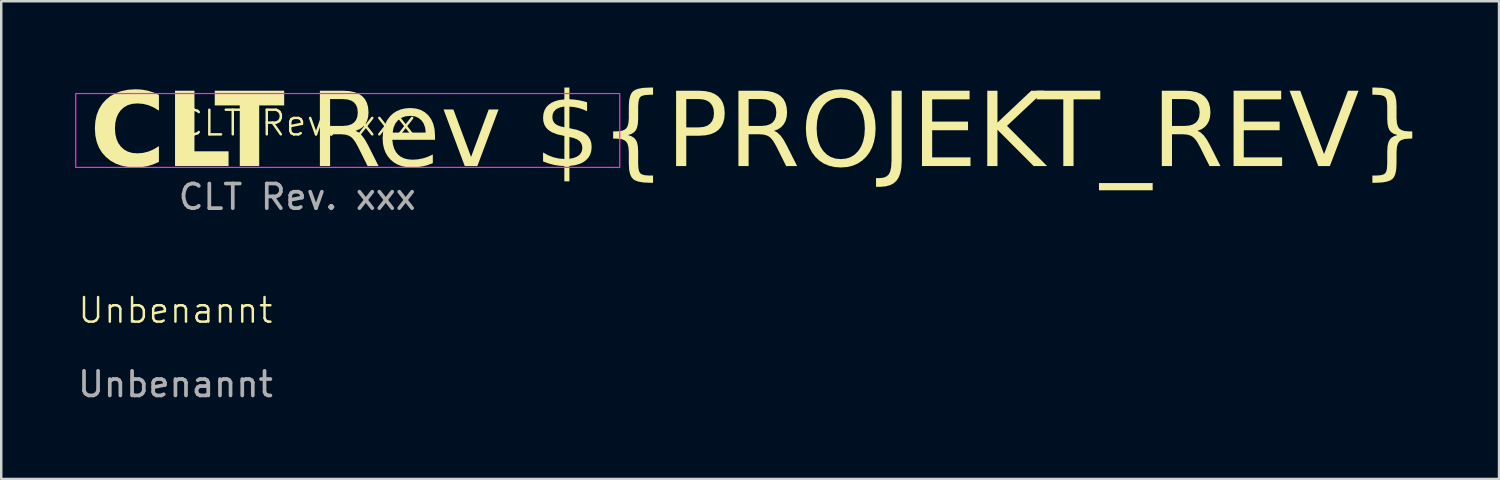
<source format=kicad_pcb>
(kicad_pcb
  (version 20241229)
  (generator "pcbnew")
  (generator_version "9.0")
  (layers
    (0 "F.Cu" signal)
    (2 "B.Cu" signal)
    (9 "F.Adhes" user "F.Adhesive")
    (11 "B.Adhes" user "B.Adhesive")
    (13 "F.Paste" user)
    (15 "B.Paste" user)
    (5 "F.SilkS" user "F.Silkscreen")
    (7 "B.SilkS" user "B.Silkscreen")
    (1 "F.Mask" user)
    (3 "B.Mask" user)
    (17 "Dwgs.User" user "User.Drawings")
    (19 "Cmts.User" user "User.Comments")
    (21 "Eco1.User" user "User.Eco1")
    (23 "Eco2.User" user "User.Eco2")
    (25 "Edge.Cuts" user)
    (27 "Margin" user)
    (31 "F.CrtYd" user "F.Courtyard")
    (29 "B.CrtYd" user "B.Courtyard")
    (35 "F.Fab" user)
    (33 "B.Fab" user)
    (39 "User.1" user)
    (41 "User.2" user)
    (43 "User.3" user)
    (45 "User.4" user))
  (footprint "CLT Rev. xxx"
    (layer "F.Cu")
    (at 9.025 2.45)
    (property "Reference" "CLT Rev. xxx" (at 0 -0.5 0) (unlocked yes) (layer "F.SilkS") (effects (font (size 1 1) (thickness 0.1))))
    (fp_rect (start -9 -1.7) (end 13.1 1.3) (stroke (width 0.05) (type default)) (fill no) (layer "F.CrtYd"))
    (fp_text user "Rev ${PROJEKT_REV}" (at 0.508 0 0) (unlocked yes) (layer "F.SilkS") (effects (font (face "Exo 2 Light") (size 3 3) (thickness 0.1)) (justify left)))
    (fp_text user "CLT" (at -0.508 0 0) (unlocked yes) (layer "F.SilkS") (effects (font (face "Exo 2 Semi Bold") (size 3 3) (thickness 0.1)) (justify right)))
    (fp_text user "${REFERENCE}" (at 0 2.5 0) (unlocked yes) (layer "F.Fab") (effects (font (size 1 1) (thickness 0.15)))))
  (footprint "Unbenannt"
    (layer "F.Cu")
    (at 4.077 10.059)
    (property "Reference" "Unbenannt" (at 0 -0.5 0) (unlocked yes) (layer "F.SilkS") (effects (font (size 1 1) (thickness 0.1))))
    (fp_text user "${REFERENCE}" (at 0 2.5 0) (unlocked yes) (layer "F.Fab") (effects (font (size 1 1) (thickness 0.15)))))
  (gr_rect
    (start -3 -3)
    (end 57.845 16.407)
    (stroke (width 0.1) (type default))
    (fill no)
    (layer "Edge.Cuts")))
</source>
